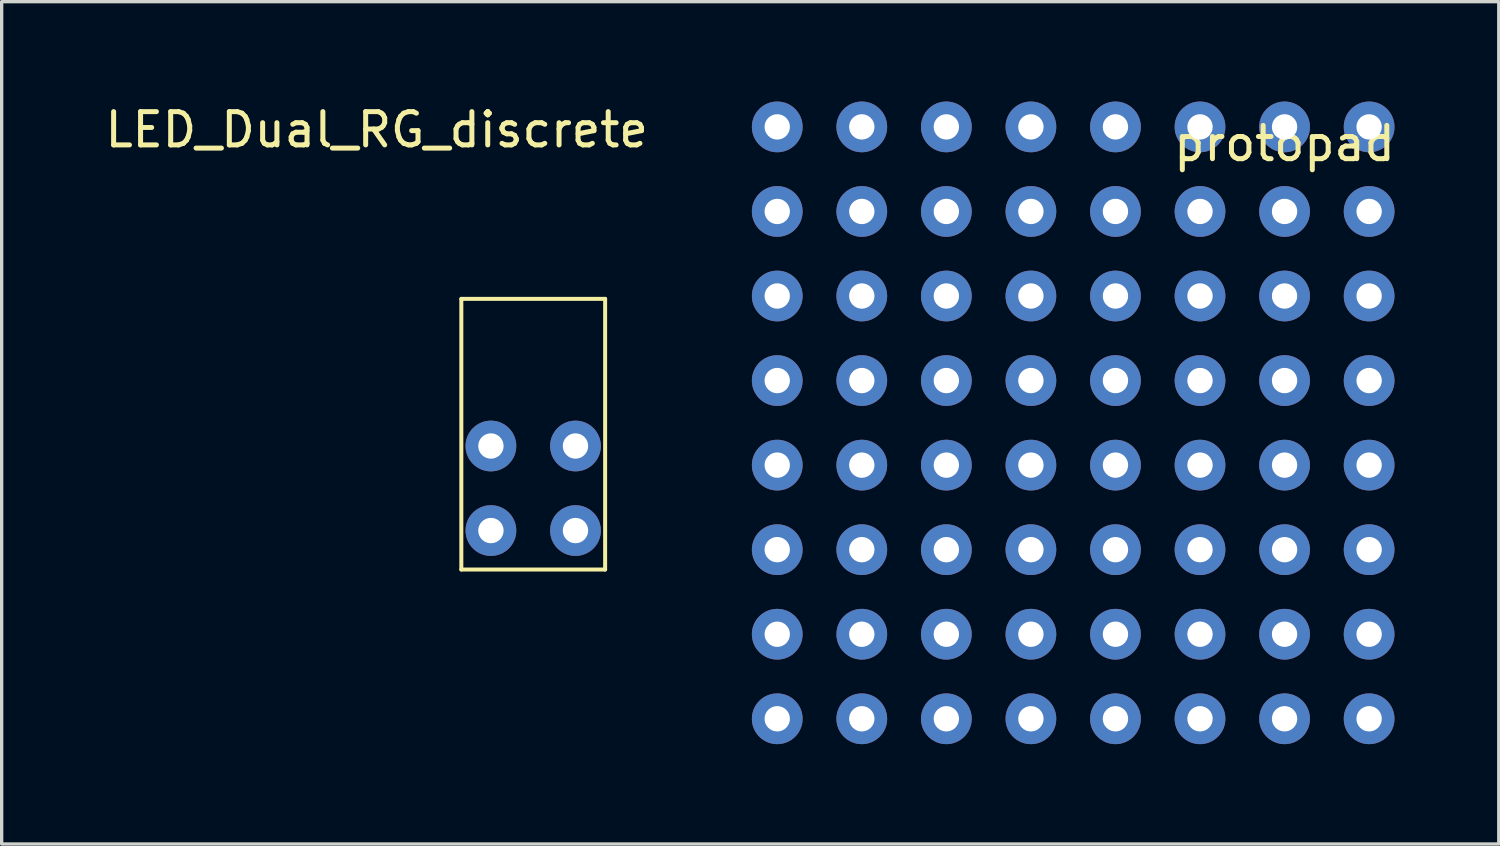
<source format=kicad_pcb>
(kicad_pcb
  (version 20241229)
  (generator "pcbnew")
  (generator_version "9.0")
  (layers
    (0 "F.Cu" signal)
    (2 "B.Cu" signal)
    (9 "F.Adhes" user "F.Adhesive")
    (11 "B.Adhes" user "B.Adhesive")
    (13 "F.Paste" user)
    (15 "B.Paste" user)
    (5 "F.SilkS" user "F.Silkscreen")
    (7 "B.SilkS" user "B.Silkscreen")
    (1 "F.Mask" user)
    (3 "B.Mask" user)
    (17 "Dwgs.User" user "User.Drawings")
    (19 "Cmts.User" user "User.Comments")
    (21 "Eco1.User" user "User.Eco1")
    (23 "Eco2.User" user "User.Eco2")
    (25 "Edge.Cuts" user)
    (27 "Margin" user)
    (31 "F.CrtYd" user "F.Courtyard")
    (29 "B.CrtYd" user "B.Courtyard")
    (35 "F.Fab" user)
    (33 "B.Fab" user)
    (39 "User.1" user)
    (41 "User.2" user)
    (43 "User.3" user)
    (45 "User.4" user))
  (footprint "LED_Dual_RG_discrete"
    (layer "F.Cu")
    (at 10.808 5.928)
    (property "Reference" "LED_Dual_RG_discrete" (at -2.54 -5.08 0) (layer "F.SilkS") (effects (font (size 1 1) (thickness 0.15))))
    (attr through_hole)
    (fp_line (start 0 0) (end 0 8.13) (stroke (width 0.12) (type solid)) (layer "F.SilkS"))
    (fp_line (start 0 0) (end 4.32 0) (stroke (width 0.12) (type solid)) (layer "F.SilkS"))
    (fp_line (start 0 8.13) (end 4.32 8.13) (stroke (width 0.12) (type solid)) (layer "F.SilkS"))
    (fp_line (start 4.32 0) (end 4.32 8.13) (stroke (width 0.12) (type solid)) (layer "F.SilkS"))
    (pad "1" thru_hole circle (at 3.429 4.42) (size 1.524 1.524) (drill 0.762) (layers "*.Cu" "*.Mask"))
    (pad "2" thru_hole circle (at 3.429 6.96) (size 1.524 1.524) (drill 0.762) (layers "*.Cu" "*.Mask"))
    (pad "3" thru_hole circle (at 0.889 4.42) (size 1.524 1.524) (drill 0.762) (layers "*.Cu" "*.Mask"))
    (pad "4" thru_hole circle (at 0.889 6.96) (size 1.524 1.524) (drill 0.762) (layers "*.Cu" "*.Mask")))
  (footprint "protopad"
    (layer "F.Cu")
    (at 35.538 0.762)
    (property "Reference" "protopad" (at 0 0.5 0) (layer "F.SilkS") (effects (font (size 1 1) (thickness 0.15))))
    (attr through_hole)
    (pad "" thru_hole circle (at -15.24 0) (size 1.524 1.524) (drill 0.762) (layers "*.Cu" "*.Mask"))
    (pad "" thru_hole circle (at -15.24 2.54) (size 1.524 1.524) (drill 0.762) (layers "*.Cu" "*.Mask"))
    (pad "" thru_hole circle (at -15.24 5.08) (size 1.524 1.524) (drill 0.762) (layers "*.Cu" "*.Mask"))
    (pad "" thru_hole circle (at -15.24 7.62) (size 1.524 1.524) (drill 0.762) (layers "*.Cu" "*.Mask"))
    (pad "" thru_hole circle (at -15.24 10.16) (size 1.524 1.524) (drill 0.762) (layers "*.Cu" "*.Mask"))
    (pad "" thru_hole circle (at -15.24 12.7) (size 1.524 1.524) (drill 0.762) (layers "*.Cu" "*.Mask"))
    (pad "" thru_hole circle (at -15.24 15.24) (size 1.524 1.524) (drill 0.762) (layers "*.Cu" "*.Mask"))
    (pad "" thru_hole circle (at -15.24 17.78) (size 1.524 1.524) (drill 0.762) (layers "*.Cu" "*.Mask"))
    (pad "" thru_hole circle (at -12.7 0) (size 1.524 1.524) (drill 0.762) (layers "*.Cu" "*.Mask"))
    (pad "" thru_hole circle (at -12.7 2.54) (size 1.524 1.524) (drill 0.762) (layers "*.Cu" "*.Mask"))
    (pad "" thru_hole circle (at -12.7 5.08) (size 1.524 1.524) (drill 0.762) (layers "*.Cu" "*.Mask"))
    (pad "" thru_hole circle (at -12.7 7.62) (size 1.524 1.524) (drill 0.762) (layers "*.Cu" "*.Mask"))
    (pad "" thru_hole circle (at -12.7 10.16) (size 1.524 1.524) (drill 0.762) (layers "*.Cu" "*.Mask"))
    (pad "" thru_hole circle (at -12.7 12.7) (size 1.524 1.524) (drill 0.762) (layers "*.Cu" "*.Mask"))
    (pad "" thru_hole circle (at -12.7 15.24) (size 1.524 1.524) (drill 0.762) (layers "*.Cu" "*.Mask"))
    (pad "" thru_hole circle (at -12.7 17.78) (size 1.524 1.524) (drill 0.762) (layers "*.Cu" "*.Mask"))
    (pad "" thru_hole circle (at -10.16 0) (size 1.524 1.524) (drill 0.762) (layers "*.Cu" "*.Mask"))
    (pad "" thru_hole circle (at -10.16 2.54) (size 1.524 1.524) (drill 0.762) (layers "*.Cu" "*.Mask"))
    (pad "" thru_hole circle (at -10.16 5.08) (size 1.524 1.524) (drill 0.762) (layers "*.Cu" "*.Mask"))
    (pad "" thru_hole circle (at -10.16 7.62) (size 1.524 1.524) (drill 0.762) (layers "*.Cu" "*.Mask"))
    (pad "" thru_hole circle (at -10.16 10.16) (size 1.524 1.524) (drill 0.762) (layers "*.Cu" "*.Mask"))
    (pad "" thru_hole circle (at -10.16 12.7) (size 1.524 1.524) (drill 0.762) (layers "*.Cu" "*.Mask"))
    (pad "" thru_hole circle (at -10.16 15.24) (size 1.524 1.524) (drill 0.762) (layers "*.Cu" "*.Mask"))
    (pad "" thru_hole circle (at -10.16 17.78) (size 1.524 1.524) (drill 0.762) (layers "*.Cu" "*.Mask"))
    (pad "" thru_hole circle (at -7.62 0) (size 1.524 1.524) (drill 0.762) (layers "*.Cu" "*.Mask"))
    (pad "" thru_hole circle (at -7.62 2.54) (size 1.524 1.524) (drill 0.762) (layers "*.Cu" "*.Mask"))
    (pad "" thru_hole circle (at -7.62 5.08) (size 1.524 1.524) (drill 0.762) (layers "*.Cu" "*.Mask"))
    (pad "" thru_hole circle (at -7.62 7.62) (size 1.524 1.524) (drill 0.762) (layers "*.Cu" "*.Mask"))
    (pad "" thru_hole circle (at -7.62 10.16) (size 1.524 1.524) (drill 0.762) (layers "*.Cu" "*.Mask"))
    (pad "" thru_hole circle (at -7.62 12.7) (size 1.524 1.524) (drill 0.762) (layers "*.Cu" "*.Mask"))
    (pad "" thru_hole circle (at -7.62 15.24) (size 1.524 1.524) (drill 0.762) (layers "*.Cu" "*.Mask"))
    (pad "" thru_hole circle (at -7.62 17.78) (size 1.524 1.524) (drill 0.762) (layers "*.Cu" "*.Mask"))
    (pad "" thru_hole circle (at -5.08 0) (size 1.524 1.524) (drill 0.762) (layers "*.Cu" "*.Mask"))
    (pad "" thru_hole circle (at -5.08 2.54) (size 1.524 1.524) (drill 0.762) (layers "*.Cu" "*.Mask"))
    (pad "" thru_hole circle (at -5.08 5.08) (size 1.524 1.524) (drill 0.762) (layers "*.Cu" "*.Mask"))
    (pad "" thru_hole circle (at -5.08 7.62) (size 1.524 1.524) (drill 0.762) (layers "*.Cu" "*.Mask"))
    (pad "" thru_hole circle (at -5.08 10.16) (size 1.524 1.524) (drill 0.762) (layers "*.Cu" "*.Mask"))
    (pad "" thru_hole circle (at -5.08 12.7) (size 1.524 1.524) (drill 0.762) (layers "*.Cu" "*.Mask"))
    (pad "" thru_hole circle (at -5.08 15.24) (size 1.524 1.524) (drill 0.762) (layers "*.Cu" "*.Mask"))
    (pad "" thru_hole circle (at -5.08 17.78) (size 1.524 1.524) (drill 0.762) (layers "*.Cu" "*.Mask"))
    (pad "" thru_hole circle (at -2.54 0) (size 1.524 1.524) (drill 0.762) (layers "*.Cu" "*.Mask"))
    (pad "" thru_hole circle (at -2.54 2.54) (size 1.524 1.524) (drill 0.762) (layers "*.Cu" "*.Mask"))
    (pad "" thru_hole circle (at -2.54 5.08) (size 1.524 1.524) (drill 0.762) (layers "*.Cu" "*.Mask"))
    (pad "" thru_hole circle (at -2.54 7.62) (size 1.524 1.524) (drill 0.762) (layers "*.Cu" "*.Mask"))
    (pad "" thru_hole circle (at -2.54 10.16) (size 1.524 1.524) (drill 0.762) (layers "*.Cu" "*.Mask"))
    (pad "" thru_hole circle (at -2.54 12.7) (size 1.524 1.524) (drill 0.762) (layers "*.Cu" "*.Mask"))
    (pad "" thru_hole circle (at -2.54 15.24) (size 1.524 1.524) (drill 0.762) (layers "*.Cu" "*.Mask"))
    (pad "" thru_hole circle (at -2.54 17.78) (size 1.524 1.524) (drill 0.762) (layers "*.Cu" "*.Mask"))
    (pad "" thru_hole circle (at 0 0) (size 1.524 1.524) (drill 0.762) (layers "*.Cu" "*.Mask"))
    (pad "" thru_hole circle (at 0 2.54) (size 1.524 1.524) (drill 0.762) (layers "*.Cu" "*.Mask"))
    (pad "" thru_hole circle (at 0 5.08) (size 1.524 1.524) (drill 0.762) (layers "*.Cu" "*.Mask"))
    (pad "" thru_hole circle (at 0 7.62) (size 1.524 1.524) (drill 0.762) (layers "*.Cu" "*.Mask"))
    (pad "" thru_hole circle (at 0 10.16) (size 1.524 1.524) (drill 0.762) (layers "*.Cu" "*.Mask"))
    (pad "" thru_hole circle (at 0 12.7) (size 1.524 1.524) (drill 0.762) (layers "*.Cu" "*.Mask"))
    (pad "" thru_hole circle (at 0 15.24) (size 1.524 1.524) (drill 0.762) (layers "*.Cu" "*.Mask"))
    (pad "" thru_hole circle (at 0 17.78) (size 1.524 1.524) (drill 0.762) (layers "*.Cu" "*.Mask"))
    (pad "1" thru_hole circle (at 2.54 0) (size 1.524 1.524) (drill 0.762) (layers "*.Cu" "*.Mask"))
    (pad "2" thru_hole circle (at 2.54 2.54) (size 1.524 1.524) (drill 0.762) (layers "*.Cu" "*.Mask"))
    (pad "3" thru_hole circle (at 2.54 5.08) (size 1.524 1.524) (drill 0.762) (layers "*.Cu" "*.Mask"))
    (pad "4" thru_hole circle (at 2.54 7.62) (size 1.524 1.524) (drill 0.762) (layers "*.Cu" "*.Mask"))
    (pad "5" thru_hole circle (at 2.54 10.16) (size 1.524 1.524) (drill 0.762) (layers "*.Cu" "*.Mask"))
    (pad "6" thru_hole circle (at 2.54 12.7) (size 1.524 1.524) (drill 0.762) (layers "*.Cu" "*.Mask"))
    (pad "7" thru_hole circle (at 2.54 15.24) (size 1.524 1.524) (drill 0.762) (layers "*.Cu" "*.Mask"))
    (pad "8" thru_hole circle (at 2.54 17.78) (size 1.524 1.524) (drill 0.762) (layers "*.Cu" "*.Mask")))
  (gr_rect
    (start -3 -3)
    (end 41.972 22.304)
    (stroke (width 0.1) (type default))
    (fill no)
    (layer "Edge.Cuts")))
</source>
